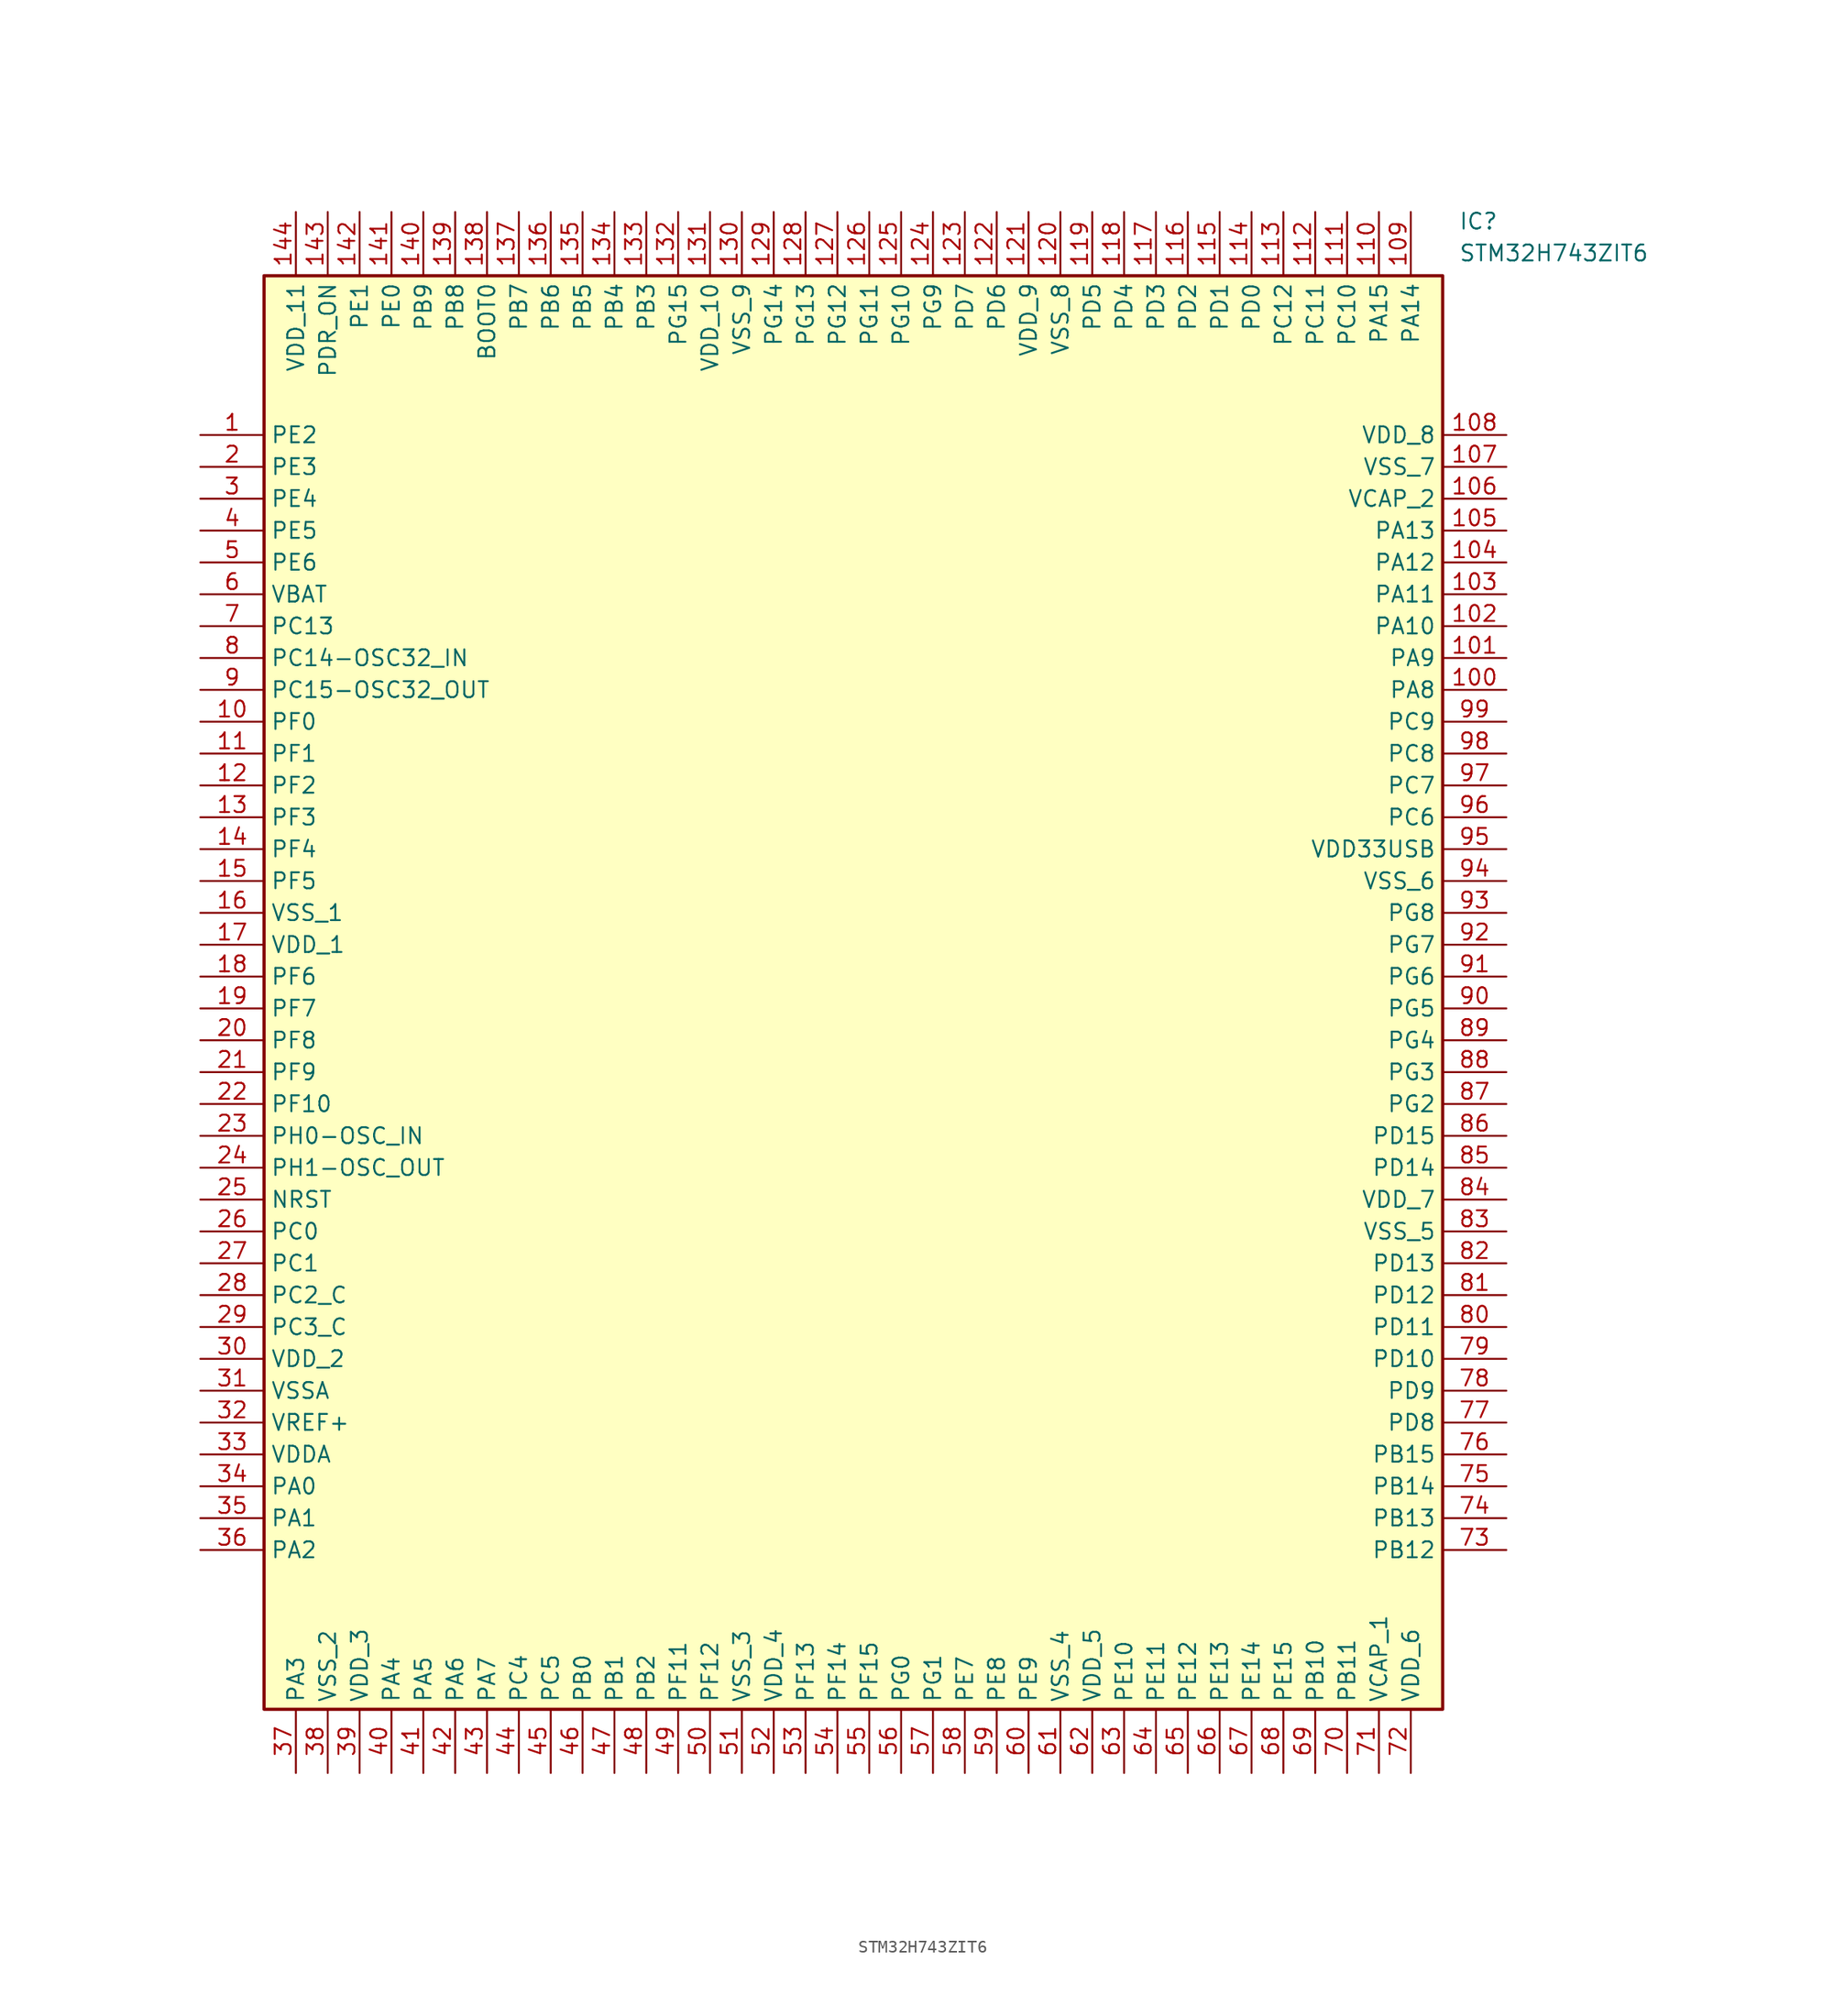
<source format=kicad_sym>
(kicad_symbol_lib
  (version 20211014)
  (generator SamacSys_ECAD_Model)
  (symbol "STM32H743ZIT6"
    (property "Reference" "IC"
      (at 100.33 17.78 0)
      (effects (font (size 1.27 1.27)) (justify left top)))
    (property "Value" "STM32H743ZIT6"
      (at 100.33 15.24 0)
      (effects (font (size 1.27 1.27)) (justify left top)))
    (rectangle
      (start 5.08 12.7)
      (end 99.06 -101.6)
      (stroke (width 0.254) (type default))
      (fill (type background)))
    (pin power_in line
      (at 0 0 0)
      (length 5.08)
      (name "PE2" (effects (font (size 1.27 1.27))))
      (number "1" (effects (font (size 1.27 1.27)))))
    (pin passive line
      (at 0 -2.54 0)
      (length 5.08)
      (name "PE3" (effects (font (size 1.27 1.27))))
      (number "2" (effects (font (size 1.27 1.27)))))
    (pin passive line
      (at 0 -5.08 0)
      (length 5.08)
      (name "PE4" (effects (font (size 1.27 1.27))))
      (number "3" (effects (font (size 1.27 1.27)))))
    (pin passive line
      (at 0 -7.62 0)
      (length 5.08)
      (name "PE5" (effects (font (size 1.27 1.27))))
      (number "4" (effects (font (size 1.27 1.27)))))
    (pin passive line
      (at 0 -10.16 0)
      (length 5.08)
      (name "PE6" (effects (font (size 1.27 1.27))))
      (number "5" (effects (font (size 1.27 1.27)))))
    (pin passive line
      (at 0 -12.7 0)
      (length 5.08)
      (name "VBAT" (effects (font (size 1.27 1.27))))
      (number "6" (effects (font (size 1.27 1.27)))))
    (pin passive line
      (at 0 -15.24 0)
      (length 5.08)
      (name "PC13" (effects (font (size 1.27 1.27))))
      (number "7" (effects (font (size 1.27 1.27)))))
    (pin passive line
      (at 0 -17.78 0)
      (length 5.08)
      (name "PC14-OSC32_IN" (effects (font (size 1.27 1.27))))
      (number "8" (effects (font (size 1.27 1.27)))))
    (pin passive line
      (at 0 -20.32 0)
      (length 5.08)
      (name "PC15-OSC32_OUT" (effects (font (size 1.27 1.27))))
      (number "9" (effects (font (size 1.27 1.27)))))
    (pin passive line
      (at 0 -22.86 0)
      (length 5.08)
      (name "PF0" (effects (font (size 1.27 1.27))))
      (number "10" (effects (font (size 1.27 1.27)))))
    (pin passive line
      (at 0 -25.4 0)
      (length 5.08)
      (name "PF1" (effects (font (size 1.27 1.27))))
      (number "11" (effects (font (size 1.27 1.27)))))
    (pin passive line
      (at 0 -27.94 0)
      (length 5.08)
      (name "PF2" (effects (font (size 1.27 1.27))))
      (number "12" (effects (font (size 1.27 1.27)))))
    (pin passive line
      (at 0 -30.48 0)
      (length 5.08)
      (name "PF3" (effects (font (size 1.27 1.27))))
      (number "13" (effects (font (size 1.27 1.27)))))
    (pin passive line
      (at 0 -33.02 0)
      (length 5.08)
      (name "PF4" (effects (font (size 1.27 1.27))))
      (number "14" (effects (font (size 1.27 1.27)))))
    (pin passive line
      (at 0 -35.56 0)
      (length 5.08)
      (name "PF5" (effects (font (size 1.27 1.27))))
      (number "15" (effects (font (size 1.27 1.27)))))
    (pin passive line
      (at 0 -38.1 0)
      (length 5.08)
      (name "VSS_1" (effects (font (size 1.27 1.27))))
      (number "16" (effects (font (size 1.27 1.27)))))
    (pin passive line
      (at 0 -40.64 0)
      (length 5.08)
      (name "VDD_1" (effects (font (size 1.27 1.27))))
      (number "17" (effects (font (size 1.27 1.27)))))
    (pin passive line
      (at 0 -43.18 0)
      (length 5.08)
      (name "PF6" (effects (font (size 1.27 1.27))))
      (number "18" (effects (font (size 1.27 1.27)))))
    (pin passive line
      (at 0 -45.72 0)
      (length 5.08)
      (name "PF7" (effects (font (size 1.27 1.27))))
      (number "19" (effects (font (size 1.27 1.27)))))
    (pin passive line
      (at 0 -48.26 0)
      (length 5.08)
      (name "PF8" (effects (font (size 1.27 1.27))))
      (number "20" (effects (font (size 1.27 1.27)))))
    (pin passive line
      (at 0 -50.8 0)
      (length 5.08)
      (name "PF9" (effects (font (size 1.27 1.27))))
      (number "21" (effects (font (size 1.27 1.27)))))
    (pin passive line
      (at 0 -53.34 0)
      (length 5.08)
      (name "PF10" (effects (font (size 1.27 1.27))))
      (number "22" (effects (font (size 1.27 1.27)))))
    (pin passive line
      (at 0 -55.88 0)
      (length 5.08)
      (name "PH0-OSC_IN" (effects (font (size 1.27 1.27))))
      (number "23" (effects (font (size 1.27 1.27)))))
    (pin passive line
      (at 0 -58.42 0)
      (length 5.08)
      (name "PH1-OSC_OUT" (effects (font (size 1.27 1.27))))
      (number "24" (effects (font (size 1.27 1.27)))))
    (pin passive line
      (at 0 -60.96 0)
      (length 5.08)
      (name "NRST" (effects (font (size 1.27 1.27))))
      (number "25" (effects (font (size 1.27 1.27)))))
    (pin passive line
      (at 0 -63.5 0)
      (length 5.08)
      (name "PC0" (effects (font (size 1.27 1.27))))
      (number "26" (effects (font (size 1.27 1.27)))))
    (pin passive line
      (at 0 -66.04 0)
      (length 5.08)
      (name "PC1" (effects (font (size 1.27 1.27))))
      (number "27" (effects (font (size 1.27 1.27)))))
    (pin passive line
      (at 0 -68.58 0)
      (length 5.08)
      (name "PC2_C" (effects (font (size 1.27 1.27))))
      (number "28" (effects (font (size 1.27 1.27)))))
    (pin passive line
      (at 0 -71.12 0)
      (length 5.08)
      (name "PC3_C" (effects (font (size 1.27 1.27))))
      (number "29" (effects (font (size 1.27 1.27)))))
    (pin passive line
      (at 0 -73.66 0)
      (length 5.08)
      (name "VDD_2" (effects (font (size 1.27 1.27))))
      (number "30" (effects (font (size 1.27 1.27)))))
    (pin passive line
      (at 0 -76.2 0)
      (length 5.08)
      (name "VSSA" (effects (font (size 1.27 1.27))))
      (number "31" (effects (font (size 1.27 1.27)))))
    (pin passive line
      (at 0 -78.74 0)
      (length 5.08)
      (name "VREF+" (effects (font (size 1.27 1.27))))
      (number "32" (effects (font (size 1.27 1.27)))))
    (pin passive line
      (at 0 -81.28 0)
      (length 5.08)
      (name "VDDA" (effects (font (size 1.27 1.27))))
      (number "33" (effects (font (size 1.27 1.27)))))
    (pin passive line
      (at 0 -83.82 0)
      (length 5.08)
      (name "PA0" (effects (font (size 1.27 1.27))))
      (number "34" (effects (font (size 1.27 1.27)))))
    (pin passive line
      (at 0 -86.36 0)
      (length 5.08)
      (name "PA1" (effects (font (size 1.27 1.27))))
      (number "35" (effects (font (size 1.27 1.27)))))
    (pin passive line
      (at 0 -88.9 0)
      (length 5.08)
      (name "PA2" (effects (font (size 1.27 1.27))))
      (number "36" (effects (font (size 1.27 1.27)))))
    (pin passive line
      (at 7.62 -106.68 90)
      (length 5.08)
      (name "PA3" (effects (font (size 1.27 1.27))))
      (number "37" (effects (font (size 1.27 1.27)))))
    (pin passive line
      (at 10.16 -106.68 90)
      (length 5.08)
      (name "VSS_2" (effects (font (size 1.27 1.27))))
      (number "38" (effects (font (size 1.27 1.27)))))
    (pin passive line
      (at 12.7 -106.68 90)
      (length 5.08)
      (name "VDD_3" (effects (font (size 1.27 1.27))))
      (number "39" (effects (font (size 1.27 1.27)))))
    (pin passive line
      (at 15.24 -106.68 90)
      (length 5.08)
      (name "PA4" (effects (font (size 1.27 1.27))))
      (number "40" (effects (font (size 1.27 1.27)))))
    (pin passive line
      (at 17.78 -106.68 90)
      (length 5.08)
      (name "PA5" (effects (font (size 1.27 1.27))))
      (number "41" (effects (font (size 1.27 1.27)))))
    (pin passive line
      (at 20.32 -106.68 90)
      (length 5.08)
      (name "PA6" (effects (font (size 1.27 1.27))))
      (number "42" (effects (font (size 1.27 1.27)))))
    (pin passive line
      (at 22.86 -106.68 90)
      (length 5.08)
      (name "PA7" (effects (font (size 1.27 1.27))))
      (number "43" (effects (font (size 1.27 1.27)))))
    (pin passive line
      (at 25.4 -106.68 90)
      (length 5.08)
      (name "PC4" (effects (font (size 1.27 1.27))))
      (number "44" (effects (font (size 1.27 1.27)))))
    (pin passive line
      (at 27.94 -106.68 90)
      (length 5.08)
      (name "PC5" (effects (font (size 1.27 1.27))))
      (number "45" (effects (font (size 1.27 1.27)))))
    (pin passive line
      (at 30.48 -106.68 90)
      (length 5.08)
      (name "PB0" (effects (font (size 1.27 1.27))))
      (number "46" (effects (font (size 1.27 1.27)))))
    (pin passive line
      (at 33.02 -106.68 90)
      (length 5.08)
      (name "PB1" (effects (font (size 1.27 1.27))))
      (number "47" (effects (font (size 1.27 1.27)))))
    (pin passive line
      (at 35.56 -106.68 90)
      (length 5.08)
      (name "PB2" (effects (font (size 1.27 1.27))))
      (number "48" (effects (font (size 1.27 1.27)))))
    (pin passive line
      (at 38.1 -106.68 90)
      (length 5.08)
      (name "PF11" (effects (font (size 1.27 1.27))))
      (number "49" (effects (font (size 1.27 1.27)))))
    (pin passive line
      (at 40.64 -106.68 90)
      (length 5.08)
      (name "PF12" (effects (font (size 1.27 1.27))))
      (number "50" (effects (font (size 1.27 1.27)))))
    (pin passive line
      (at 43.18 -106.68 90)
      (length 5.08)
      (name "VSS_3" (effects (font (size 1.27 1.27))))
      (number "51" (effects (font (size 1.27 1.27)))))
    (pin passive line
      (at 45.72 -106.68 90)
      (length 5.08)
      (name "VDD_4" (effects (font (size 1.27 1.27))))
      (number "52" (effects (font (size 1.27 1.27)))))
    (pin passive line
      (at 48.26 -106.68 90)
      (length 5.08)
      (name "PF13" (effects (font (size 1.27 1.27))))
      (number "53" (effects (font (size 1.27 1.27)))))
    (pin passive line
      (at 50.8 -106.68 90)
      (length 5.08)
      (name "PF14" (effects (font (size 1.27 1.27))))
      (number "54" (effects (font (size 1.27 1.27)))))
    (pin passive line
      (at 53.34 -106.68 90)
      (length 5.08)
      (name "PF15" (effects (font (size 1.27 1.27))))
      (number "55" (effects (font (size 1.27 1.27)))))
    (pin passive line
      (at 55.88 -106.68 90)
      (length 5.08)
      (name "PG0" (effects (font (size 1.27 1.27))))
      (number "56" (effects (font (size 1.27 1.27)))))
    (pin passive line
      (at 58.42 -106.68 90)
      (length 5.08)
      (name "PG1" (effects (font (size 1.27 1.27))))
      (number "57" (effects (font (size 1.27 1.27)))))
    (pin passive line
      (at 60.96 -106.68 90)
      (length 5.08)
      (name "PE7" (effects (font (size 1.27 1.27))))
      (number "58" (effects (font (size 1.27 1.27)))))
    (pin passive line
      (at 63.5 -106.68 90)
      (length 5.08)
      (name "PE8" (effects (font (size 1.27 1.27))))
      (number "59" (effects (font (size 1.27 1.27)))))
    (pin passive line
      (at 66.04 -106.68 90)
      (length 5.08)
      (name "PE9" (effects (font (size 1.27 1.27))))
      (number "60" (effects (font (size 1.27 1.27)))))
    (pin passive line
      (at 68.58 -106.68 90)
      (length 5.08)
      (name "VSS_4" (effects (font (size 1.27 1.27))))
      (number "61" (effects (font (size 1.27 1.27)))))
    (pin passive line
      (at 71.12 -106.68 90)
      (length 5.08)
      (name "VDD_5" (effects (font (size 1.27 1.27))))
      (number "62" (effects (font (size 1.27 1.27)))))
    (pin passive line
      (at 73.66 -106.68 90)
      (length 5.08)
      (name "PE10" (effects (font (size 1.27 1.27))))
      (number "63" (effects (font (size 1.27 1.27)))))
    (pin passive line
      (at 76.2 -106.68 90)
      (length 5.08)
      (name "PE11" (effects (font (size 1.27 1.27))))
      (number "64" (effects (font (size 1.27 1.27)))))
    (pin passive line
      (at 78.74 -106.68 90)
      (length 5.08)
      (name "PE12" (effects (font (size 1.27 1.27))))
      (number "65" (effects (font (size 1.27 1.27)))))
    (pin passive line
      (at 81.28 -106.68 90)
      (length 5.08)
      (name "PE13" (effects (font (size 1.27 1.27))))
      (number "66" (effects (font (size 1.27 1.27)))))
    (pin passive line
      (at 83.82 -106.68 90)
      (length 5.08)
      (name "PE14" (effects (font (size 1.27 1.27))))
      (number "67" (effects (font (size 1.27 1.27)))))
    (pin passive line
      (at 86.36 -106.68 90)
      (length 5.08)
      (name "PE15" (effects (font (size 1.27 1.27))))
      (number "68" (effects (font (size 1.27 1.27)))))
    (pin passive line
      (at 88.9 -106.68 90)
      (length 5.08)
      (name "PB10" (effects (font (size 1.27 1.27))))
      (number "69" (effects (font (size 1.27 1.27)))))
    (pin passive line
      (at 91.44 -106.68 90)
      (length 5.08)
      (name "PB11" (effects (font (size 1.27 1.27))))
      (number "70" (effects (font (size 1.27 1.27)))))
    (pin passive line
      (at 93.98 -106.68 90)
      (length 5.08)
      (name "VCAP_1" (effects (font (size 1.27 1.27))))
      (number "71" (effects (font (size 1.27 1.27)))))
    (pin passive line
      (at 96.52 -106.68 90)
      (length 5.08)
      (name "VDD_6" (effects (font (size 1.27 1.27))))
      (number "72" (effects (font (size 1.27 1.27)))))
    (pin passive line
      (at 104.14 0 180)
      (length 5.08)
      (name "VDD_8" (effects (font (size 1.27 1.27))))
      (number "108" (effects (font (size 1.27 1.27)))))
    (pin passive line
      (at 104.14 -2.54 180)
      (length 5.08)
      (name "VSS_7" (effects (font (size 1.27 1.27))))
      (number "107" (effects (font (size 1.27 1.27)))))
    (pin passive line
      (at 104.14 -5.08 180)
      (length 5.08)
      (name "VCAP_2" (effects (font (size 1.27 1.27))))
      (number "106" (effects (font (size 1.27 1.27)))))
    (pin passive line
      (at 104.14 -7.62 180)
      (length 5.08)
      (name "PA13" (effects (font (size 1.27 1.27))))
      (number "105" (effects (font (size 1.27 1.27)))))
    (pin passive line
      (at 104.14 -10.16 180)
      (length 5.08)
      (name "PA12" (effects (font (size 1.27 1.27))))
      (number "104" (effects (font (size 1.27 1.27)))))
    (pin passive line
      (at 104.14 -12.7 180)
      (length 5.08)
      (name "PA11" (effects (font (size 1.27 1.27))))
      (number "103" (effects (font (size 1.27 1.27)))))
    (pin passive line
      (at 104.14 -15.24 180)
      (length 5.08)
      (name "PA10" (effects (font (size 1.27 1.27))))
      (number "102" (effects (font (size 1.27 1.27)))))
    (pin passive line
      (at 104.14 -17.78 180)
      (length 5.08)
      (name "PA9" (effects (font (size 1.27 1.27))))
      (number "101" (effects (font (size 1.27 1.27)))))
    (pin passive line
      (at 104.14 -20.32 180)
      (length 5.08)
      (name "PA8" (effects (font (size 1.27 1.27))))
      (number "100" (effects (font (size 1.27 1.27)))))
    (pin passive line
      (at 104.14 -22.86 180)
      (length 5.08)
      (name "PC9" (effects (font (size 1.27 1.27))))
      (number "99" (effects (font (size 1.27 1.27)))))
    (pin passive line
      (at 104.14 -25.4 180)
      (length 5.08)
      (name "PC8" (effects (font (size 1.27 1.27))))
      (number "98" (effects (font (size 1.27 1.27)))))
    (pin passive line
      (at 104.14 -27.94 180)
      (length 5.08)
      (name "PC7" (effects (font (size 1.27 1.27))))
      (number "97" (effects (font (size 1.27 1.27)))))
    (pin passive line
      (at 104.14 -30.48 180)
      (length 5.08)
      (name "PC6" (effects (font (size 1.27 1.27))))
      (number "96" (effects (font (size 1.27 1.27)))))
    (pin passive line
      (at 104.14 -33.02 180)
      (length 5.08)
      (name "VDD33USB" (effects (font (size 1.27 1.27))))
      (number "95" (effects (font (size 1.27 1.27)))))
    (pin passive line
      (at 104.14 -35.56 180)
      (length 5.08)
      (name "VSS_6" (effects (font (size 1.27 1.27))))
      (number "94" (effects (font (size 1.27 1.27)))))
    (pin passive line
      (at 104.14 -38.1 180)
      (length 5.08)
      (name "PG8" (effects (font (size 1.27 1.27))))
      (number "93" (effects (font (size 1.27 1.27)))))
    (pin passive line
      (at 104.14 -40.64 180)
      (length 5.08)
      (name "PG7" (effects (font (size 1.27 1.27))))
      (number "92" (effects (font (size 1.27 1.27)))))
    (pin passive line
      (at 104.14 -43.18 180)
      (length 5.08)
      (name "PG6" (effects (font (size 1.27 1.27))))
      (number "91" (effects (font (size 1.27 1.27)))))
    (pin passive line
      (at 104.14 -45.72 180)
      (length 5.08)
      (name "PG5" (effects (font (size 1.27 1.27))))
      (number "90" (effects (font (size 1.27 1.27)))))
    (pin passive line
      (at 104.14 -48.26 180)
      (length 5.08)
      (name "PG4" (effects (font (size 1.27 1.27))))
      (number "89" (effects (font (size 1.27 1.27)))))
    (pin passive line
      (at 104.14 -50.8 180)
      (length 5.08)
      (name "PG3" (effects (font (size 1.27 1.27))))
      (number "88" (effects (font (size 1.27 1.27)))))
    (pin passive line
      (at 104.14 -53.34 180)
      (length 5.08)
      (name "PG2" (effects (font (size 1.27 1.27))))
      (number "87" (effects (font (size 1.27 1.27)))))
    (pin passive line
      (at 104.14 -55.88 180)
      (length 5.08)
      (name "PD15" (effects (font (size 1.27 1.27))))
      (number "86" (effects (font (size 1.27 1.27)))))
    (pin passive line
      (at 104.14 -58.42 180)
      (length 5.08)
      (name "PD14" (effects (font (size 1.27 1.27))))
      (number "85" (effects (font (size 1.27 1.27)))))
    (pin passive line
      (at 104.14 -60.96 180)
      (length 5.08)
      (name "VDD_7" (effects (font (size 1.27 1.27))))
      (number "84" (effects (font (size 1.27 1.27)))))
    (pin passive line
      (at 104.14 -63.5 180)
      (length 5.08)
      (name "VSS_5" (effects (font (size 1.27 1.27))))
      (number "83" (effects (font (size 1.27 1.27)))))
    (pin passive line
      (at 104.14 -66.04 180)
      (length 5.08)
      (name "PD13" (effects (font (size 1.27 1.27))))
      (number "82" (effects (font (size 1.27 1.27)))))
    (pin passive line
      (at 104.14 -68.58 180)
      (length 5.08)
      (name "PD12" (effects (font (size 1.27 1.27))))
      (number "81" (effects (font (size 1.27 1.27)))))
    (pin passive line
      (at 104.14 -71.12 180)
      (length 5.08)
      (name "PD11" (effects (font (size 1.27 1.27))))
      (number "80" (effects (font (size 1.27 1.27)))))
    (pin passive line
      (at 104.14 -73.66 180)
      (length 5.08)
      (name "PD10" (effects (font (size 1.27 1.27))))
      (number "79" (effects (font (size 1.27 1.27)))))
    (pin passive line
      (at 104.14 -76.2 180)
      (length 5.08)
      (name "PD9" (effects (font (size 1.27 1.27))))
      (number "78" (effects (font (size 1.27 1.27)))))
    (pin passive line
      (at 104.14 -78.74 180)
      (length 5.08)
      (name "PD8" (effects (font (size 1.27 1.27))))
      (number "77" (effects (font (size 1.27 1.27)))))
    (pin passive line
      (at 104.14 -81.28 180)
      (length 5.08)
      (name "PB15" (effects (font (size 1.27 1.27))))
      (number "76" (effects (font (size 1.27 1.27)))))
    (pin passive line
      (at 104.14 -83.82 180)
      (length 5.08)
      (name "PB14" (effects (font (size 1.27 1.27))))
      (number "75" (effects (font (size 1.27 1.27)))))
    (pin passive line
      (at 104.14 -86.36 180)
      (length 5.08)
      (name "PB13" (effects (font (size 1.27 1.27))))
      (number "74" (effects (font (size 1.27 1.27)))))
    (pin passive line
      (at 104.14 -88.9 180)
      (length 5.08)
      (name "PB12" (effects (font (size 1.27 1.27))))
      (number "73" (effects (font (size 1.27 1.27)))))
    (pin passive line
      (at 7.62 17.78 270)
      (length 5.08)
      (name "VDD_11" (effects (font (size 1.27 1.27))))
      (number "144" (effects (font (size 1.27 1.27)))))
    (pin passive line
      (at 10.16 17.78 270)
      (length 5.08)
      (name "PDR_ON" (effects (font (size 1.27 1.27))))
      (number "143" (effects (font (size 1.27 1.27)))))
    (pin passive line
      (at 12.7 17.78 270)
      (length 5.08)
      (name "PE1" (effects (font (size 1.27 1.27))))
      (number "142" (effects (font (size 1.27 1.27)))))
    (pin passive line
      (at 15.24 17.78 270)
      (length 5.08)
      (name "PE0" (effects (font (size 1.27 1.27))))
      (number "141" (effects (font (size 1.27 1.27)))))
    (pin passive line
      (at 17.78 17.78 270)
      (length 5.08)
      (name "PB9" (effects (font (size 1.27 1.27))))
      (number "140" (effects (font (size 1.27 1.27)))))
    (pin passive line
      (at 20.32 17.78 270)
      (length 5.08)
      (name "PB8" (effects (font (size 1.27 1.27))))
      (number "139" (effects (font (size 1.27 1.27)))))
    (pin passive line
      (at 22.86 17.78 270)
      (length 5.08)
      (name "BOOT0" (effects (font (size 1.27 1.27))))
      (number "138" (effects (font (size 1.27 1.27)))))
    (pin passive line
      (at 25.4 17.78 270)
      (length 5.08)
      (name "PB7" (effects (font (size 1.27 1.27))))
      (number "137" (effects (font (size 1.27 1.27)))))
    (pin passive line
      (at 27.94 17.78 270)
      (length 5.08)
      (name "PB6" (effects (font (size 1.27 1.27))))
      (number "136" (effects (font (size 1.27 1.27)))))
    (pin passive line
      (at 30.48 17.78 270)
      (length 5.08)
      (name "PB5" (effects (font (size 1.27 1.27))))
      (number "135" (effects (font (size 1.27 1.27)))))
    (pin passive line
      (at 33.02 17.78 270)
      (length 5.08)
      (name "PB4" (effects (font (size 1.27 1.27))))
      (number "134" (effects (font (size 1.27 1.27)))))
    (pin passive line
      (at 35.56 17.78 270)
      (length 5.08)
      (name "PB3" (effects (font (size 1.27 1.27))))
      (number "133" (effects (font (size 1.27 1.27)))))
    (pin passive line
      (at 38.1 17.78 270)
      (length 5.08)
      (name "PG15" (effects (font (size 1.27 1.27))))
      (number "132" (effects (font (size 1.27 1.27)))))
    (pin passive line
      (at 40.64 17.78 270)
      (length 5.08)
      (name "VDD_10" (effects (font (size 1.27 1.27))))
      (number "131" (effects (font (size 1.27 1.27)))))
    (pin passive line
      (at 43.18 17.78 270)
      (length 5.08)
      (name "VSS_9" (effects (font (size 1.27 1.27))))
      (number "130" (effects (font (size 1.27 1.27)))))
    (pin passive line
      (at 45.72 17.78 270)
      (length 5.08)
      (name "PG14" (effects (font (size 1.27 1.27))))
      (number "129" (effects (font (size 1.27 1.27)))))
    (pin passive line
      (at 48.26 17.78 270)
      (length 5.08)
      (name "PG13" (effects (font (size 1.27 1.27))))
      (number "128" (effects (font (size 1.27 1.27)))))
    (pin passive line
      (at 50.8 17.78 270)
      (length 5.08)
      (name "PG12" (effects (font (size 1.27 1.27))))
      (number "127" (effects (font (size 1.27 1.27)))))
    (pin passive line
      (at 53.34 17.78 270)
      (length 5.08)
      (name "PG11" (effects (font (size 1.27 1.27))))
      (number "126" (effects (font (size 1.27 1.27)))))
    (pin passive line
      (at 55.88 17.78 270)
      (length 5.08)
      (name "PG10" (effects (font (size 1.27 1.27))))
      (number "125" (effects (font (size 1.27 1.27)))))
    (pin passive line
      (at 58.42 17.78 270)
      (length 5.08)
      (name "PG9" (effects (font (size 1.27 1.27))))
      (number "124" (effects (font (size 1.27 1.27)))))
    (pin passive line
      (at 60.96 17.78 270)
      (length 5.08)
      (name "PD7" (effects (font (size 1.27 1.27))))
      (number "123" (effects (font (size 1.27 1.27)))))
    (pin passive line
      (at 63.5 17.78 270)
      (length 5.08)
      (name "PD6" (effects (font (size 1.27 1.27))))
      (number "122" (effects (font (size 1.27 1.27)))))
    (pin passive line
      (at 66.04 17.78 270)
      (length 5.08)
      (name "VDD_9" (effects (font (size 1.27 1.27))))
      (number "121" (effects (font (size 1.27 1.27)))))
    (pin passive line
      (at 68.58 17.78 270)
      (length 5.08)
      (name "VSS_8" (effects (font (size 1.27 1.27))))
      (number "120" (effects (font (size 1.27 1.27)))))
    (pin passive line
      (at 71.12 17.78 270)
      (length 5.08)
      (name "PD5" (effects (font (size 1.27 1.27))))
      (number "119" (effects (font (size 1.27 1.27)))))
    (pin passive line
      (at 73.66 17.78 270)
      (length 5.08)
      (name "PD4" (effects (font (size 1.27 1.27))))
      (number "118" (effects (font (size 1.27 1.27)))))
    (pin passive line
      (at 76.2 17.78 270)
      (length 5.08)
      (name "PD3" (effects (font (size 1.27 1.27))))
      (number "117" (effects (font (size 1.27 1.27)))))
    (pin passive line
      (at 78.74 17.78 270)
      (length 5.08)
      (name "PD2" (effects (font (size 1.27 1.27))))
      (number "116" (effects (font (size 1.27 1.27)))))
    (pin passive line
      (at 81.28 17.78 270)
      (length 5.08)
      (name "PD1" (effects (font (size 1.27 1.27))))
      (number "115" (effects (font (size 1.27 1.27)))))
    (pin passive line
      (at 83.82 17.78 270)
      (length 5.08)
      (name "PD0" (effects (font (size 1.27 1.27))))
      (number "114" (effects (font (size 1.27 1.27)))))
    (pin passive line
      (at 86.36 17.78 270)
      (length 5.08)
      (name "PC12" (effects (font (size 1.27 1.27))))
      (number "113" (effects (font (size 1.27 1.27)))))
    (pin passive line
      (at 88.9 17.78 270)
      (length 5.08)
      (name "PC11" (effects (font (size 1.27 1.27))))
      (number "112" (effects (font (size 1.27 1.27)))))
    (pin passive line
      (at 91.44 17.78 270)
      (length 5.08)
      (name "PC10" (effects (font (size 1.27 1.27))))
      (number "111" (effects (font (size 1.27 1.27)))))
    (pin passive line
      (at 93.98 17.78 270)
      (length 5.08)
      (name "PA15" (effects (font (size 1.27 1.27))))
      (number "110" (effects (font (size 1.27 1.27)))))
    (pin passive line
      (at 96.52 17.78 270)
      (length 5.08)
      (name "PA14" (effects (font (size 1.27 1.27))))
      (number "109" (effects (font (size 1.27 1.27)))))))
</source>
